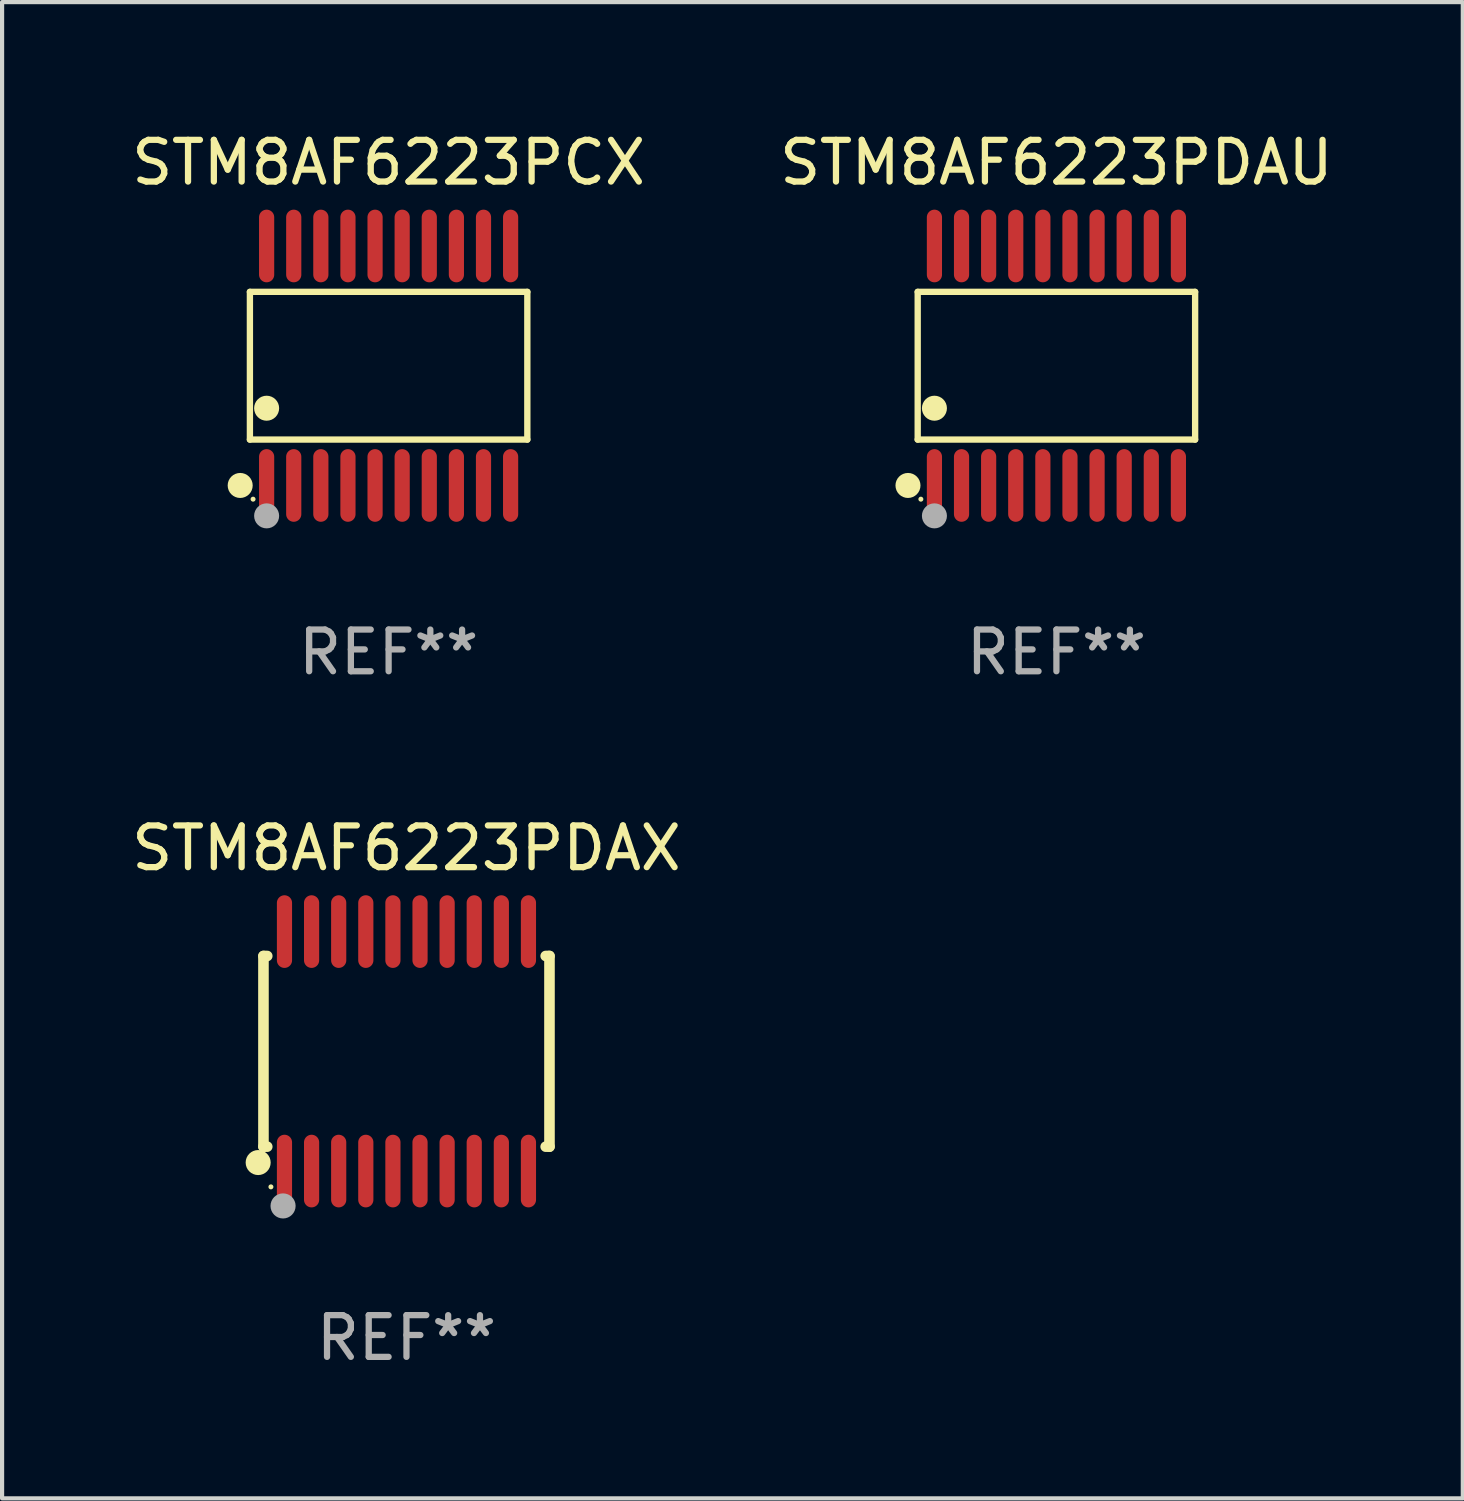
<source format=kicad_pcb>
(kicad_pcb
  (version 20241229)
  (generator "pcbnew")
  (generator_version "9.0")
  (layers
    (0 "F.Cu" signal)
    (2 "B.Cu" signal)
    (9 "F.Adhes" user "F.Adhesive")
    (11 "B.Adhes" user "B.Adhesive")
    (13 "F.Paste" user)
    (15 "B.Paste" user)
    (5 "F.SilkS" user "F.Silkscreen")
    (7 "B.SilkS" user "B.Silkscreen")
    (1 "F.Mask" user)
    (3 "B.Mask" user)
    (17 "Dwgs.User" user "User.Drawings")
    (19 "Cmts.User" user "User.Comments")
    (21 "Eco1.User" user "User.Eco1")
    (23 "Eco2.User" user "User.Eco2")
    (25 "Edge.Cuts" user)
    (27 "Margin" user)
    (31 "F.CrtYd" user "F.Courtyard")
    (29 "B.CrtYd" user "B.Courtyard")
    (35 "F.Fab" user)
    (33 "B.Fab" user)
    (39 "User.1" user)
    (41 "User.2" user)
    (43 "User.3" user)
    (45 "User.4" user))
  (footprint "STM8AF6223PDAU"
    (layer "F.Cu")
    (at 22.28 5.719)
    (property "Reference" "STM8AF6223PDAU" (at 0 -4.871 0) (layer "F.SilkS") (effects (font (size 1 1) (thickness 0.15))))
    (attr through_hole)
    (fp_line (start -3.326 -1.771) (end 3.326 -1.771) (stroke (width 0.152) (type solid)) (layer "F.SilkS"))
    (fp_line (start -3.326 1.771) (end -3.326 -1.771) (stroke (width 0.152) (type solid)) (layer "F.SilkS"))
    (fp_line (start 3.326 -1.771) (end 3.326 1.771) (stroke (width 0.152) (type solid)) (layer "F.SilkS"))
    (fp_line (start 3.326 1.771) (end -3.326 1.771) (stroke (width 0.152) (type solid)) (layer "F.SilkS"))
    (fp_circle (center -3.559 2.871) (end -3.409 2.871) (stroke (width 0.3) (type solid)) (fill no) (layer "F.SilkS"))
    (fp_circle (center -3.25 3.2) (end -3.22 3.2) (stroke (width 0.06) (type solid)) (fill no) (layer "F.SilkS"))
    (fp_circle (center -2.925 1.019) (end -2.775 1.019) (stroke (width 0.3) (type solid)) (fill no) (layer "F.SilkS"))
    (fp_circle (center -2.925 3.6) (end -2.775 3.6) (stroke (width 0.3) (type solid)) (fill no) (layer "F.Fab"))
    (fp_text user "REF**" (at 0 6.871 0) (layer "F.Fab") (effects (font (size 1 1) (thickness 0.15))))
    (pad "1" smd oval (at -2.925 2.871) (size 0.364 1.742) (layers "F.Cu" "F.Mask" "F.Paste"))
    (pad "2" smd oval (at -2.275 2.871) (size 0.364 1.742) (layers "F.Cu" "F.Mask" "F.Paste"))
    (pad "3" smd oval (at -1.625 2.871) (size 0.364 1.742) (layers "F.Cu" "F.Mask" "F.Paste"))
    (pad "4" smd oval (at -0.975 2.871) (size 0.364 1.742) (layers "F.Cu" "F.Mask" "F.Paste"))
    (pad "5" smd oval (at -0.325 2.871) (size 0.364 1.742) (layers "F.Cu" "F.Mask" "F.Paste"))
    (pad "6" smd oval (at 0.325 2.871) (size 0.364 1.742) (layers "F.Cu" "F.Mask" "F.Paste"))
    (pad "7" smd oval (at 0.975 2.871) (size 0.364 1.742) (layers "F.Cu" "F.Mask" "F.Paste"))
    (pad "8" smd oval (at 1.625 2.871) (size 0.364 1.742) (layers "F.Cu" "F.Mask" "F.Paste"))
    (pad "9" smd oval (at 2.275 2.871) (size 0.364 1.742) (layers "F.Cu" "F.Mask" "F.Paste"))
    (pad "10" smd oval (at 2.925 2.871) (size 0.364 1.742) (layers "F.Cu" "F.Mask" "F.Paste"))
    (pad "11" smd oval (at 2.925 -2.871) (size 0.364 1.742) (layers "F.Cu" "F.Mask" "F.Paste"))
    (pad "12" smd oval (at 2.275 -2.871) (size 0.364 1.742) (layers "F.Cu" "F.Mask" "F.Paste"))
    (pad "13" smd oval (at 1.625 -2.871) (size 0.364 1.742) (layers "F.Cu" "F.Mask" "F.Paste"))
    (pad "14" smd oval (at 0.975 -2.871) (size 0.364 1.742) (layers "F.Cu" "F.Mask" "F.Paste"))
    (pad "15" smd oval (at 0.325 -2.871) (size 0.364 1.742) (layers "F.Cu" "F.Mask" "F.Paste"))
    (pad "16" smd oval (at -0.325 -2.871) (size 0.364 1.742) (layers "F.Cu" "F.Mask" "F.Paste"))
    (pad "17" smd oval (at -0.975 -2.871) (size 0.364 1.742) (layers "F.Cu" "F.Mask" "F.Paste"))
    (pad "18" smd oval (at -1.625 -2.871) (size 0.364 1.742) (layers "F.Cu" "F.Mask" "F.Paste"))
    (pad "19" smd oval (at -2.275 -2.871) (size 0.364 1.742) (layers "F.Cu" "F.Mask" "F.Paste"))
    (pad "20" smd oval (at -2.925 -2.871) (size 0.364 1.742) (layers "F.Cu" "F.Mask" "F.Paste")))
  (footprint "STM8AF6223PDAX"
    (layer "F.Cu")
    (at 6.696 22.158)
    (property "Reference" "STM8AF6223PDAX" (at 0 -4.871 0) (layer "F.SilkS") (effects (font (size 1 1) (thickness 0.15))))
    (attr through_hole)
    (fp_line (start -3.429 -2.286) (end -3.429 2.286) (stroke (width 0.254) (type solid)) (layer "F.SilkS"))
    (fp_line (start -3.429 2.286) (end -3.338 2.286) (stroke (width 0.254) (type solid)) (layer "F.SilkS"))
    (fp_line (start -3.338 -2.286) (end -3.429 -2.286) (stroke (width 0.254) (type solid)) (layer "F.SilkS"))
    (fp_line (start 3.338 -2.286) (end 3.429 -2.286) (stroke (width 0.254) (type solid)) (layer "F.SilkS"))
    (fp_line (start 3.429 -2.286) (end 3.429 2.286) (stroke (width 0.254) (type solid)) (layer "F.SilkS"))
    (fp_line (start 3.429 2.286) (end 3.338 2.286) (stroke (width 0.254) (type solid)) (layer "F.SilkS"))
    (fp_circle (center -3.556 2.667) (end -3.406 2.667) (stroke (width 0.3) (type solid)) (fill no) (layer "F.SilkS"))
    (fp_circle (center -3.25 3.25) (end -3.22 3.25) (stroke (width 0.06) (type solid)) (fill no) (layer "F.SilkS"))
    (fp_circle (center -2.959 3.707) (end -2.808 3.707) (stroke (width 0.3) (type solid)) (fill no) (layer "F.Fab"))
    (fp_text user "REF**" (at 0 6.871 0) (layer "F.Fab") (effects (font (size 1 1) (thickness 0.15))))
    (pad "1" smd oval (at -2.925 2.871) (size 0.364 1.742) (layers "F.Cu" "F.Mask" "F.Paste"))
    (pad "2" smd oval (at -2.275 2.871) (size 0.364 1.742) (layers "F.Cu" "F.Mask" "F.Paste"))
    (pad "3" smd oval (at -1.625 2.871) (size 0.364 1.742) (layers "F.Cu" "F.Mask" "F.Paste"))
    (pad "4" smd oval (at -0.975 2.871) (size 0.364 1.742) (layers "F.Cu" "F.Mask" "F.Paste"))
    (pad "5" smd oval (at -0.325 2.871) (size 0.364 1.742) (layers "F.Cu" "F.Mask" "F.Paste"))
    (pad "6" smd oval (at 0.325 2.871) (size 0.364 1.742) (layers "F.Cu" "F.Mask" "F.Paste"))
    (pad "7" smd oval (at 0.975 2.871) (size 0.364 1.742) (layers "F.Cu" "F.Mask" "F.Paste"))
    (pad "8" smd oval (at 1.625 2.871) (size 0.364 1.742) (layers "F.Cu" "F.Mask" "F.Paste"))
    (pad "9" smd oval (at 2.275 2.871) (size 0.364 1.742) (layers "F.Cu" "F.Mask" "F.Paste"))
    (pad "10" smd oval (at 2.925 2.871) (size 0.364 1.742) (layers "F.Cu" "F.Mask" "F.Paste"))
    (pad "11" smd oval (at 2.925 -2.871) (size 0.364 1.742) (layers "F.Cu" "F.Mask" "F.Paste"))
    (pad "12" smd oval (at 2.275 -2.871) (size 0.364 1.742) (layers "F.Cu" "F.Mask" "F.Paste"))
    (pad "13" smd oval (at 1.625 -2.871) (size 0.364 1.742) (layers "F.Cu" "F.Mask" "F.Paste"))
    (pad "14" smd oval (at 0.975 -2.871) (size 0.364 1.742) (layers "F.Cu" "F.Mask" "F.Paste"))
    (pad "15" smd oval (at 0.325 -2.871) (size 0.364 1.742) (layers "F.Cu" "F.Mask" "F.Paste"))
    (pad "16" smd oval (at -0.325 -2.871) (size 0.364 1.742) (layers "F.Cu" "F.Mask" "F.Paste"))
    (pad "17" smd oval (at -0.975 -2.871) (size 0.364 1.742) (layers "F.Cu" "F.Mask" "F.Paste"))
    (pad "18" smd oval (at -1.625 -2.871) (size 0.364 1.742) (layers "F.Cu" "F.Mask" "F.Paste"))
    (pad "19" smd oval (at -2.275 -2.871) (size 0.364 1.742) (layers "F.Cu" "F.Mask" "F.Paste"))
    (pad "20" smd oval (at -2.925 -2.871) (size 0.364 1.742) (layers "F.Cu" "F.Mask" "F.Paste")))
  (footprint "STM8AF6223PCX"
    (layer "F.Cu")
    (at 6.268 5.719)
    (property "Reference" "STM8AF6223PCX" (at 0 -4.871 0) (layer "F.SilkS") (effects (font (size 1 1) (thickness 0.15))))
    (attr through_hole)
    (fp_line (start -3.326 -1.771) (end 3.326 -1.771) (stroke (width 0.152) (type solid)) (layer "F.SilkS"))
    (fp_line (start -3.326 1.771) (end -3.326 -1.771) (stroke (width 0.152) (type solid)) (layer "F.SilkS"))
    (fp_line (start 3.326 -1.771) (end 3.326 1.771) (stroke (width 0.152) (type solid)) (layer "F.SilkS"))
    (fp_line (start 3.326 1.771) (end -3.326 1.771) (stroke (width 0.152) (type solid)) (layer "F.SilkS"))
    (fp_circle (center -3.559 2.871) (end -3.409 2.871) (stroke (width 0.3) (type solid)) (fill no) (layer "F.SilkS"))
    (fp_circle (center -3.25 3.2) (end -3.22 3.2) (stroke (width 0.06) (type solid)) (fill no) (layer "F.SilkS"))
    (fp_circle (center -2.925 1.019) (end -2.775 1.019) (stroke (width 0.3) (type solid)) (fill no) (layer "F.SilkS"))
    (fp_circle (center -2.925 3.6) (end -2.775 3.6) (stroke (width 0.3) (type solid)) (fill no) (layer "F.Fab"))
    (fp_text user "REF**" (at 0 6.871 0) (layer "F.Fab") (effects (font (size 1 1) (thickness 0.15))))
    (pad "1" smd oval (at -2.925 2.871) (size 0.364 1.742) (layers "F.Cu" "F.Mask" "F.Paste"))
    (pad "2" smd oval (at -2.275 2.871) (size 0.364 1.742) (layers "F.Cu" "F.Mask" "F.Paste"))
    (pad "3" smd oval (at -1.625 2.871) (size 0.364 1.742) (layers "F.Cu" "F.Mask" "F.Paste"))
    (pad "4" smd oval (at -0.975 2.871) (size 0.364 1.742) (layers "F.Cu" "F.Mask" "F.Paste"))
    (pad "5" smd oval (at -0.325 2.871) (size 0.364 1.742) (layers "F.Cu" "F.Mask" "F.Paste"))
    (pad "6" smd oval (at 0.325 2.871) (size 0.364 1.742) (layers "F.Cu" "F.Mask" "F.Paste"))
    (pad "7" smd oval (at 0.975 2.871) (size 0.364 1.742) (layers "F.Cu" "F.Mask" "F.Paste"))
    (pad "8" smd oval (at 1.625 2.871) (size 0.364 1.742) (layers "F.Cu" "F.Mask" "F.Paste"))
    (pad "9" smd oval (at 2.275 2.871) (size 0.364 1.742) (layers "F.Cu" "F.Mask" "F.Paste"))
    (pad "10" smd oval (at 2.925 2.871) (size 0.364 1.742) (layers "F.Cu" "F.Mask" "F.Paste"))
    (pad "11" smd oval (at 2.925 -2.871) (size 0.364 1.742) (layers "F.Cu" "F.Mask" "F.Paste"))
    (pad "12" smd oval (at 2.275 -2.871) (size 0.364 1.742) (layers "F.Cu" "F.Mask" "F.Paste"))
    (pad "13" smd oval (at 1.625 -2.871) (size 0.364 1.742) (layers "F.Cu" "F.Mask" "F.Paste"))
    (pad "14" smd oval (at 0.975 -2.871) (size 0.364 1.742) (layers "F.Cu" "F.Mask" "F.Paste"))
    (pad "15" smd oval (at 0.325 -2.871) (size 0.364 1.742) (layers "F.Cu" "F.Mask" "F.Paste"))
    (pad "16" smd oval (at -0.325 -2.871) (size 0.364 1.742) (layers "F.Cu" "F.Mask" "F.Paste"))
    (pad "17" smd oval (at -0.975 -2.871) (size 0.364 1.742) (layers "F.Cu" "F.Mask" "F.Paste"))
    (pad "18" smd oval (at -1.625 -2.871) (size 0.364 1.742) (layers "F.Cu" "F.Mask" "F.Paste"))
    (pad "19" smd oval (at -2.275 -2.871) (size 0.364 1.742) (layers "F.Cu" "F.Mask" "F.Paste"))
    (pad "20" smd oval (at -2.925 -2.871) (size 0.364 1.742) (layers "F.Cu" "F.Mask" "F.Paste")))
  (gr_rect
    (start -3 -3)
    (end 32.024 32.877)
    (stroke (width 0.1) (type default))
    (fill no)
    (layer "Edge.Cuts")))
</source>
